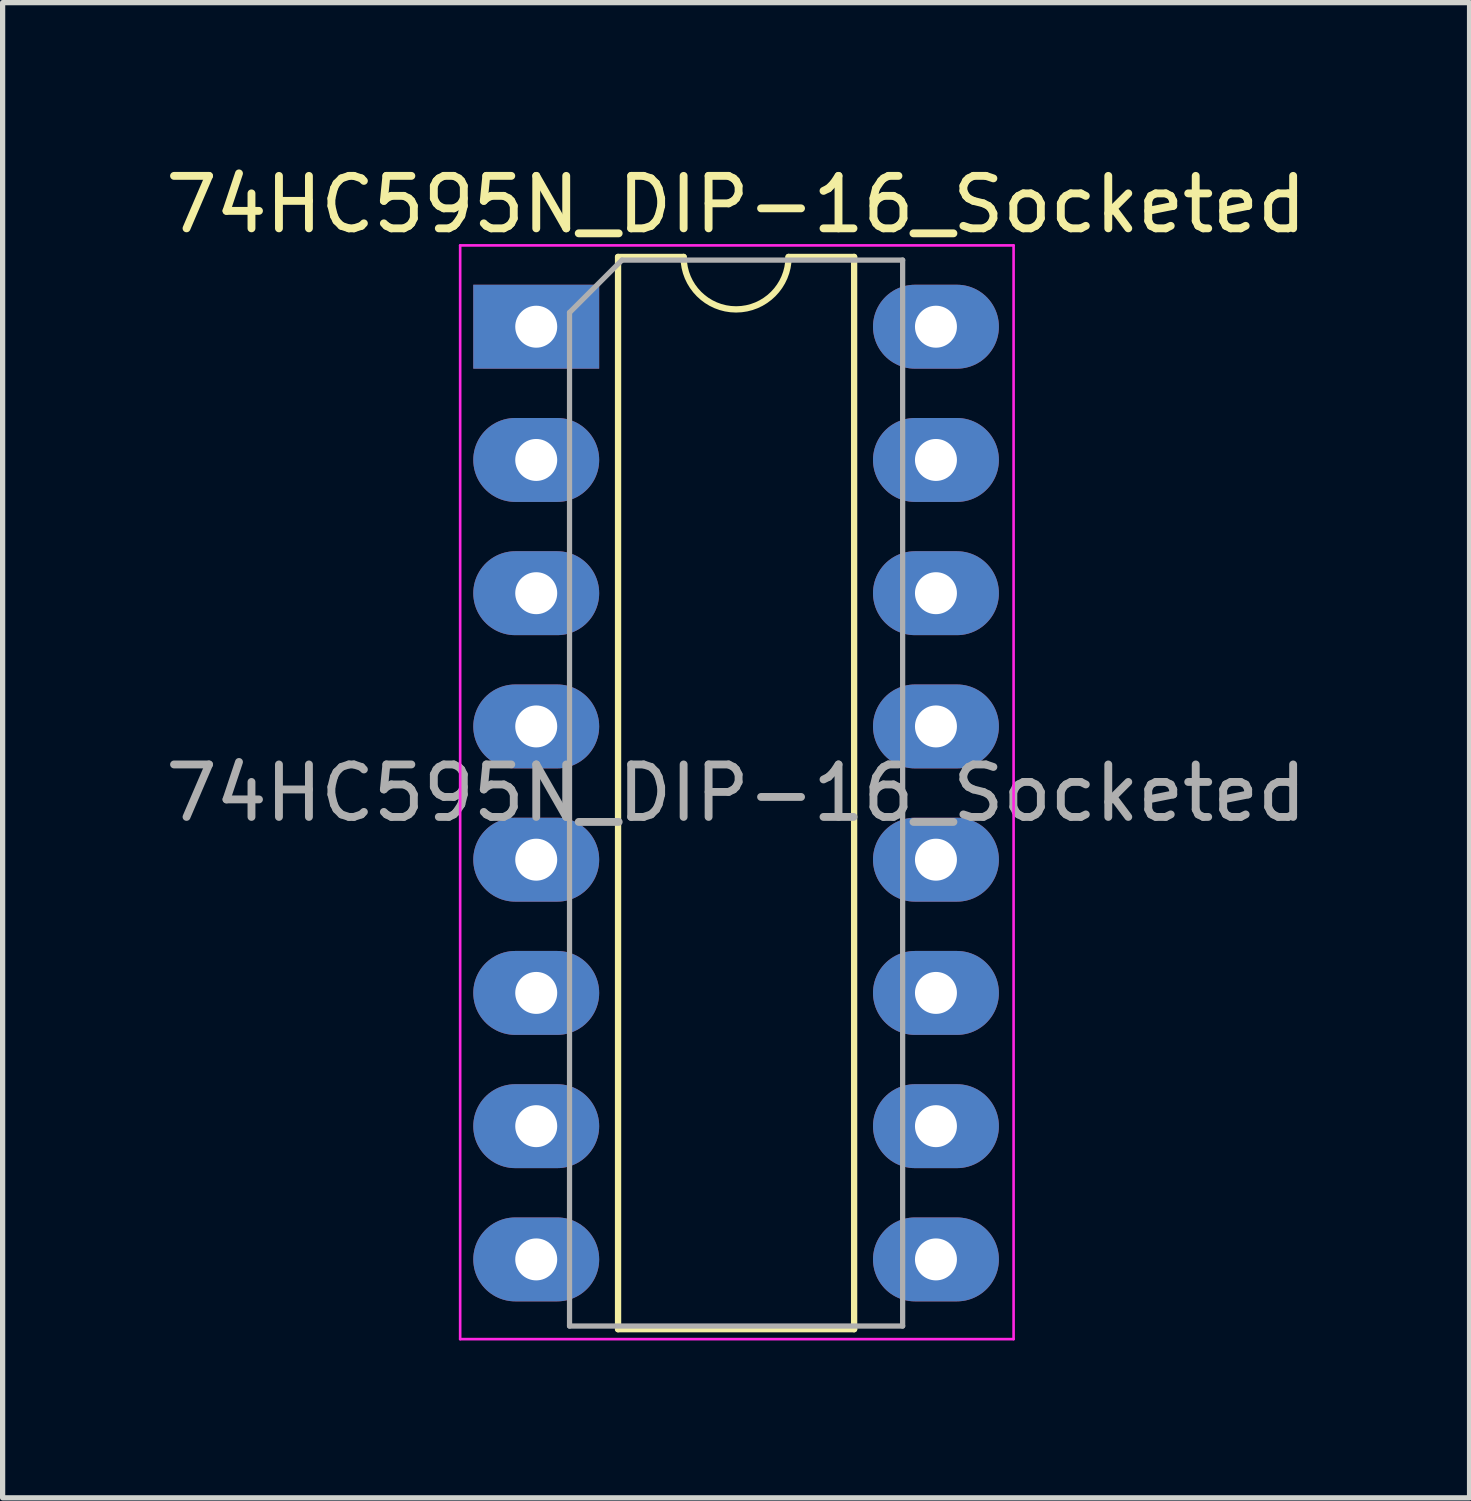
<source format=kicad_pcb>
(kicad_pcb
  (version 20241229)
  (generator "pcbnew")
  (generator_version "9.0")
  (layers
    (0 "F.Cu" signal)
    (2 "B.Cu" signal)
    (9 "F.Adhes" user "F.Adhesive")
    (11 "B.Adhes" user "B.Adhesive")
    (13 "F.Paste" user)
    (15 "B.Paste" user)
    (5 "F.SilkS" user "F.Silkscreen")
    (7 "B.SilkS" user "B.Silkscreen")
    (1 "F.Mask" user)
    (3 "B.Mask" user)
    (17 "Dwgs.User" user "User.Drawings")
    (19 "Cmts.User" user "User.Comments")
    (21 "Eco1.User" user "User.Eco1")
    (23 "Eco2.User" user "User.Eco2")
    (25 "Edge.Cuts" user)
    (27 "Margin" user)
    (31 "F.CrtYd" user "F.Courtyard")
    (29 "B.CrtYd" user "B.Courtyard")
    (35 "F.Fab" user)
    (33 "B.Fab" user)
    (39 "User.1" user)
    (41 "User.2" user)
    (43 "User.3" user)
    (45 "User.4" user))
  (footprint "74HC595N_DIP-16_Socketed"
    (layer "F.Cu")
    (at 7.172 3.178)
    (property "Reference" "74HC595N_DIP-16_Socketed" (at 3.81 -2.33 0) (layer "F.SilkS") (effects (font (size 1 1) (thickness 0.15))))
    (attr through_hole)
    (fp_line (start 1.56 -1.33) (end 1.56 19.11) (stroke (width 0.12) (type solid)) (layer "F.SilkS"))
    (fp_line (start 1.56 19.11) (end 6.06 19.11) (stroke (width 0.12) (type solid)) (layer "F.SilkS"))
    (fp_line (start 2.81 -1.33) (end 1.56 -1.33) (stroke (width 0.12) (type solid)) (layer "F.SilkS"))
    (fp_line (start 6.06 -1.33) (end 4.81 -1.33) (stroke (width 0.12) (type solid)) (layer "F.SilkS"))
    (fp_line (start 6.06 19.11) (end 6.06 -1.33) (stroke (width 0.12) (type solid)) (layer "F.SilkS"))
    (fp_arc (start 4.81 -1.33) (mid 3.81 -0.33) (end 2.81 -1.33) (stroke (width 0.12) (type solid)) (layer "F.SilkS"))
    (fp_line (start -1.45 -1.55) (end -1.45 19.3) (stroke (width 0.05) (type solid)) (layer "F.CrtYd"))
    (fp_line (start -1.45 19.3) (end 9.1 19.3) (stroke (width 0.05) (type solid)) (layer "F.CrtYd"))
    (fp_line (start 9.1 -1.55) (end -1.45 -1.55) (stroke (width 0.05) (type solid)) (layer "F.CrtYd"))
    (fp_line (start 9.1 19.3) (end 9.1 -1.55) (stroke (width 0.05) (type solid)) (layer "F.CrtYd"))
    (fp_line (start 0.635 -0.27) (end 1.635 -1.27) (stroke (width 0.1) (type solid)) (layer "F.Fab"))
    (fp_line (start 0.635 19.05) (end 0.635 -0.27) (stroke (width 0.1) (type solid)) (layer "F.Fab"))
    (fp_line (start 1.635 -1.27) (end 6.985 -1.27) (stroke (width 0.1) (type solid)) (layer "F.Fab"))
    (fp_line (start 6.985 -1.27) (end 6.985 19.05) (stroke (width 0.1) (type solid)) (layer "F.Fab"))
    (fp_line (start 6.985 19.05) (end 0.635 19.05) (stroke (width 0.1) (type solid)) (layer "F.Fab"))
    (fp_text user "${REFERENCE}" (at 3.81 8.89 0) (layer "F.Fab") (effects (font (size 1 1) (thickness 0.15))))
    (pad "1" thru_hole rect (at 0 0) (size 2.4 1.6) (drill 0.8) (layers "*.Cu" "*.Mask"))
    (pad "2" thru_hole oval (at 0 2.54) (size 2.4 1.6) (drill 0.8) (layers "*.Cu" "*.Mask"))
    (pad "3" thru_hole oval (at 0 5.08) (size 2.4 1.6) (drill 0.8) (layers "*.Cu" "*.Mask"))
    (pad "4" thru_hole oval (at 0 7.62) (size 2.4 1.6) (drill 0.8) (layers "*.Cu" "*.Mask"))
    (pad "5" thru_hole oval (at 0 10.16) (size 2.4 1.6) (drill 0.8) (layers "*.Cu" "*.Mask"))
    (pad "6" thru_hole oval (at 0 12.7) (size 2.4 1.6) (drill 0.8) (layers "*.Cu" "*.Mask"))
    (pad "7" thru_hole oval (at 0 15.24) (size 2.4 1.6) (drill 0.8) (layers "*.Cu" "*.Mask"))
    (pad "8" thru_hole oval (at 0 17.78) (size 2.4 1.6) (drill 0.8) (layers "*.Cu" "*.Mask"))
    (pad "9" thru_hole oval (at 7.62 17.78) (size 2.4 1.6) (drill 0.8) (layers "*.Cu" "*.Mask"))
    (pad "10" thru_hole oval (at 7.62 15.24) (size 2.4 1.6) (drill 0.8) (layers "*.Cu" "*.Mask"))
    (pad "11" thru_hole oval (at 7.62 12.7) (size 2.4 1.6) (drill 0.8) (layers "*.Cu" "*.Mask"))
    (pad "12" thru_hole oval (at 7.62 10.16) (size 2.4 1.6) (drill 0.8) (layers "*.Cu" "*.Mask"))
    (pad "13" thru_hole oval (at 7.62 7.62) (size 2.4 1.6) (drill 0.8) (layers "*.Cu" "*.Mask"))
    (pad "14" thru_hole oval (at 7.62 5.08) (size 2.4 1.6) (drill 0.8) (layers "*.Cu" "*.Mask"))
    (pad "15" thru_hole oval (at 7.62 2.54) (size 2.4 1.6) (drill 0.8) (layers "*.Cu" "*.Mask"))
    (pad "16" thru_hole oval (at 7.62 0) (size 2.4 1.6) (drill 0.8) (layers "*.Cu" "*.Mask")))
  (gr_rect
    (start -3 -3)
    (end 24.964 25.503)
    (stroke (width 0.1) (type default))
    (fill no)
    (layer "Edge.Cuts")))
</source>
